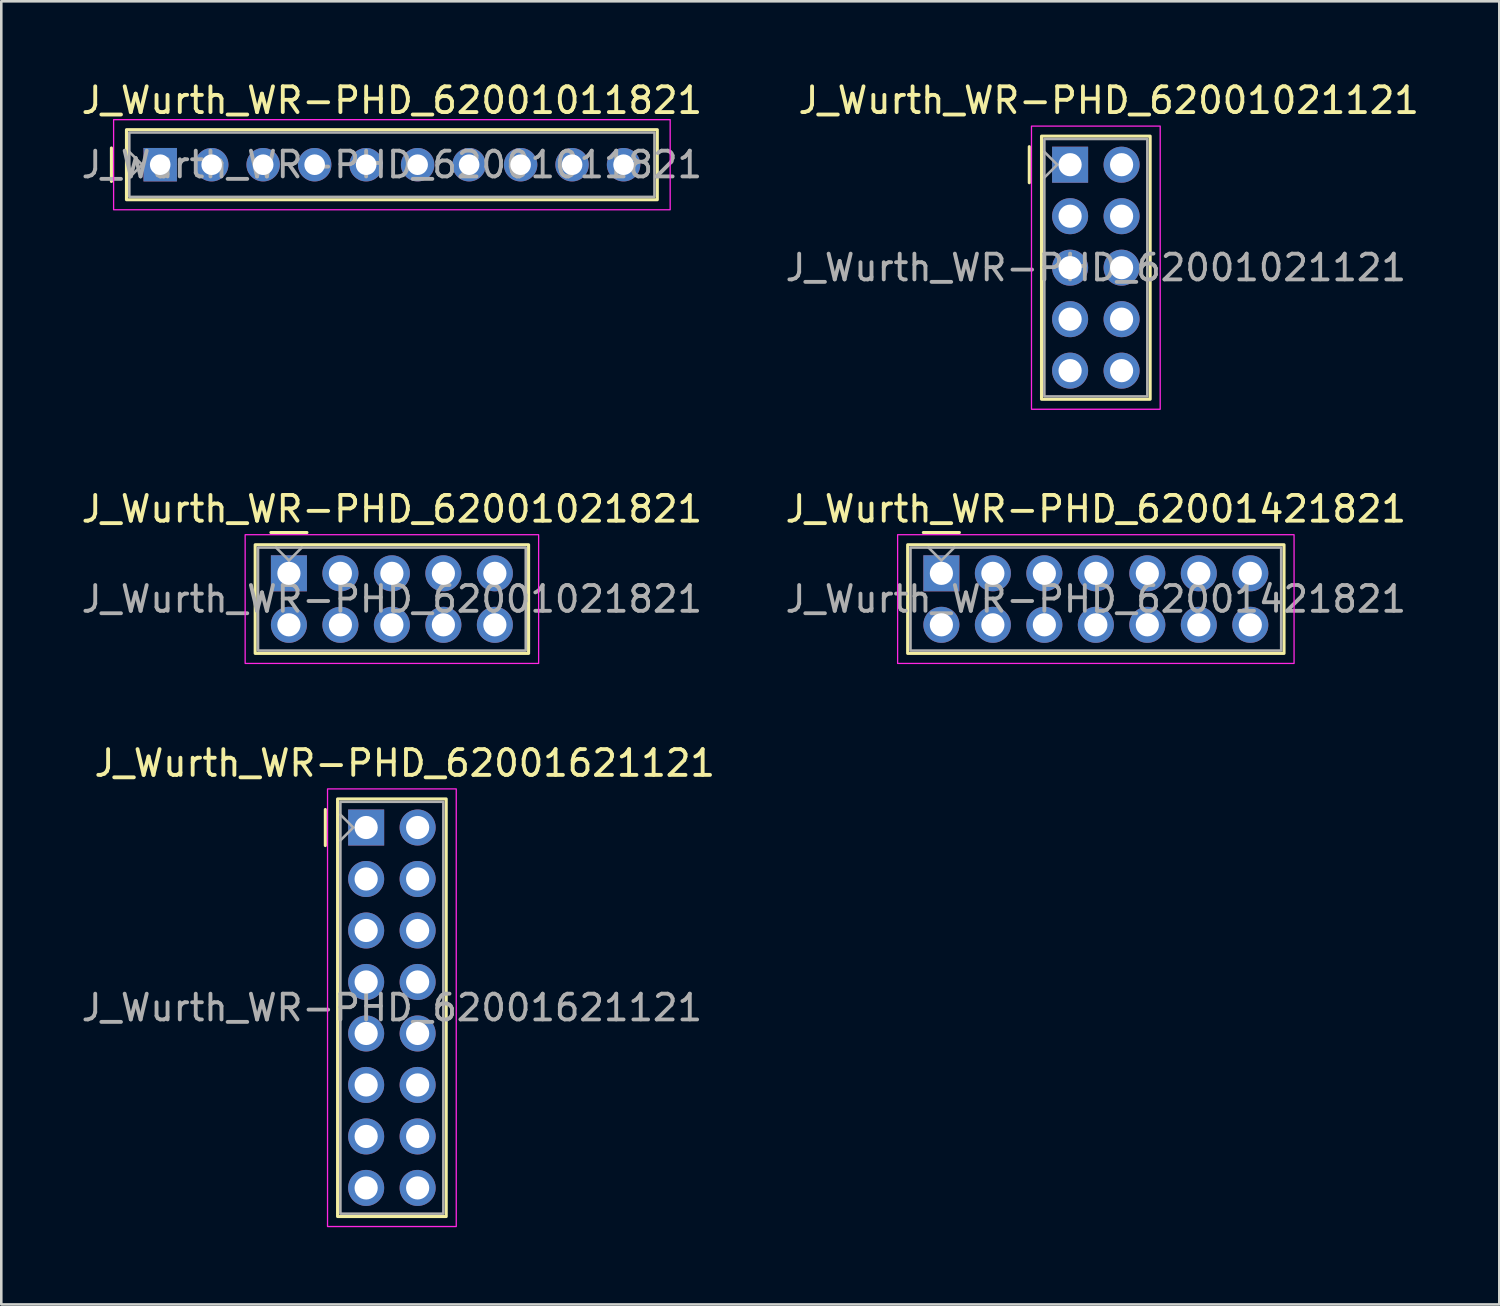
<source format=kicad_pcb>
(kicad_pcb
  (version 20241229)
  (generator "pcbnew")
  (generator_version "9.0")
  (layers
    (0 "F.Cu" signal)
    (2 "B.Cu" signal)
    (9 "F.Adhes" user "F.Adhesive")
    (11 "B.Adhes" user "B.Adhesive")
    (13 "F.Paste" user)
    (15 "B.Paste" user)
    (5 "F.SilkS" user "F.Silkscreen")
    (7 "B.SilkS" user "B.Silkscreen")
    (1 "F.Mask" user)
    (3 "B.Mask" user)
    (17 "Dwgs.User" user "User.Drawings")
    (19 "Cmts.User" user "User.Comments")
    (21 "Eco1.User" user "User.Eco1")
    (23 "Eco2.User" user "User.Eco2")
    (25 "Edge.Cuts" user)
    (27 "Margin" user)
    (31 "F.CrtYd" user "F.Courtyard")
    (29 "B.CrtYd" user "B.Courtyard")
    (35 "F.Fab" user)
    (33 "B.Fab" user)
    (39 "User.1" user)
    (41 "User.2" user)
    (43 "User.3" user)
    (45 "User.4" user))
  (footprint "J_Wurth_WR-PHD_62001421821"
    (layer "F.Cu")
    (at 33.518 19.221)
    (property "Reference" "J_Wurth_WR-PHD_62001421821" (at 6 -2.5 0) (unlocked yes) (layer "F.SilkS") (effects (font (size 1 1) (thickness 0.15))))
    (attr through_hole)
    (fp_line (start 0.7 -1.585) (end -0.7 -1.585) (stroke (width 0.12) (type solid)) (layer "F.SilkS"))
    (fp_rect (start -1.31 -1.11) (end 13.31 3.11) (stroke (width 0.12) (type solid)) (fill no) (layer "F.SilkS"))
    (fp_rect (start -1.7 -1.5) (end 13.7 3.5) (stroke (width 0.05) (type solid)) (fill no) (layer "F.CrtYd"))
    (fp_line (start 0 -0.5) (end -0.5 -1) (stroke (width 0.1) (type default)) (layer "F.Fab"))
    (fp_line (start 0.5 -1) (end 0 -0.5) (stroke (width 0.1) (type default)) (layer "F.Fab"))
    (fp_rect (start -1.2 -1) (end 13.2 3) (stroke (width 0.1) (type solid)) (fill no) (layer "F.Fab"))
    (fp_text user "${REFERENCE}" (at 6 1 0) (unlocked yes) (layer "F.Fab") (effects (font (size 1 1) (thickness 0.15))))
    (pad "1" thru_hole rect (at 0 0 180) (size 1.4 1.4) (drill 0.9) (layers "*.Cu" "*.Mask"))
    (pad "2" thru_hole circle (at 0 2 180) (size 1.4 1.4) (drill 0.9) (layers "*.Cu" "*.Mask"))
    (pad "3" thru_hole circle (at 2 0 180) (size 1.4 1.4) (drill 0.9) (layers "*.Cu" "*.Mask"))
    (pad "4" thru_hole circle (at 2 2 180) (size 1.4 1.4) (drill 0.9) (layers "*.Cu" "*.Mask"))
    (pad "5" thru_hole circle (at 4 0 180) (size 1.4 1.4) (drill 0.9) (layers "*.Cu" "*.Mask"))
    (pad "6" thru_hole circle (at 4 2 180) (size 1.4 1.4) (drill 0.9) (layers "*.Cu" "*.Mask"))
    (pad "7" thru_hole circle (at 6 0 180) (size 1.4 1.4) (drill 0.9) (layers "*.Cu" "*.Mask"))
    (pad "8" thru_hole circle (at 6 2 180) (size 1.4 1.4) (drill 0.9) (layers "*.Cu" "*.Mask"))
    (pad "9" thru_hole circle (at 8 0 180) (size 1.4 1.4) (drill 0.9) (layers "*.Cu" "*.Mask"))
    (pad "10" thru_hole circle (at 8 2 180) (size 1.4 1.4) (drill 0.9) (layers "*.Cu" "*.Mask"))
    (pad "11" thru_hole circle (at 10 0 180) (size 1.4 1.4) (drill 0.9) (layers "*.Cu" "*.Mask"))
    (pad "12" thru_hole circle (at 10 2 180) (size 1.4 1.4) (drill 0.9) (layers "*.Cu" "*.Mask"))
    (pad "13" thru_hole circle (at 12 0 180) (size 1.4 1.4) (drill 0.9) (layers "*.Cu" "*.Mask"))
    (pad "14" thru_hole circle (at 12 2 180) (size 1.4 1.4) (drill 0.9) (layers "*.Cu" "*.Mask")))
  (footprint "J_Wurth_WR-PHD_62001021821"
    (layer "F.Cu")
    (at 8.173 19.221)
    (property "Reference" "J_Wurth_WR-PHD_62001021821" (at 4 -2.5 0) (unlocked yes) (layer "F.SilkS") (effects (font (size 1 1) (thickness 0.15))))
    (attr through_hole)
    (fp_line (start 0.7 -1.585) (end -0.7 -1.585) (stroke (width 0.12) (type solid)) (layer "F.SilkS"))
    (fp_rect (start -1.31 -1.11) (end 9.31 3.11) (stroke (width 0.12) (type solid)) (fill no) (layer "F.SilkS"))
    (fp_rect (start -1.7 -1.5) (end 9.7 3.5) (stroke (width 0.05) (type solid)) (fill no) (layer "F.CrtYd"))
    (fp_line (start 0 -0.5) (end -0.5 -1) (stroke (width 0.1) (type default)) (layer "F.Fab"))
    (fp_line (start 0.5 -1) (end 0 -0.5) (stroke (width 0.1) (type default)) (layer "F.Fab"))
    (fp_rect (start -1.2 -1) (end 9.2 3) (stroke (width 0.1) (type solid)) (fill no) (layer "F.Fab"))
    (fp_text user "${REFERENCE}" (at 4 1 0) (unlocked yes) (layer "F.Fab") (effects (font (size 1 1) (thickness 0.15))))
    (pad "1" thru_hole rect (at 0 0 180) (size 1.4 1.4) (drill 0.9) (layers "*.Cu" "*.Mask"))
    (pad "2" thru_hole circle (at 0 2 180) (size 1.4 1.4) (drill 0.9) (layers "*.Cu" "*.Mask"))
    (pad "3" thru_hole circle (at 2 0 180) (size 1.4 1.4) (drill 0.9) (layers "*.Cu" "*.Mask"))
    (pad "4" thru_hole circle (at 2 2 180) (size 1.4 1.4) (drill 0.9) (layers "*.Cu" "*.Mask"))
    (pad "5" thru_hole circle (at 4 0 180) (size 1.4 1.4) (drill 0.9) (layers "*.Cu" "*.Mask"))
    (pad "6" thru_hole circle (at 4 2 180) (size 1.4 1.4) (drill 0.9) (layers "*.Cu" "*.Mask"))
    (pad "7" thru_hole circle (at 6 0 180) (size 1.4 1.4) (drill 0.9) (layers "*.Cu" "*.Mask"))
    (pad "8" thru_hole circle (at 6 2 180) (size 1.4 1.4) (drill 0.9) (layers "*.Cu" "*.Mask"))
    (pad "9" thru_hole circle (at 8 0 180) (size 1.4 1.4) (drill 0.9) (layers "*.Cu" "*.Mask"))
    (pad "10" thru_hole circle (at 8 2 180) (size 1.4 1.4) (drill 0.9) (layers "*.Cu" "*.Mask")))
  (footprint "J_Wurth_WR-PHD_62001021121"
    (layer "F.Cu")
    (at 38.518 3.348)
    (property "Reference" "J_Wurth_WR-PHD_62001021121" (at 1.5 -2.5 0) (unlocked yes) (layer "F.SilkS") (effects (font (size 1 1) (thickness 0.15))))
    (attr through_hole)
    (fp_line (start -1.585 -0.7) (end -1.585 0.7) (stroke (width 0.12) (type solid)) (layer "F.SilkS"))
    (fp_rect (start -1.11 -1.11) (end 3.11 9.11) (stroke (width 0.12) (type solid)) (fill no) (layer "F.SilkS"))
    (fp_rect (start -1.5 -1.5) (end 3.5 9.5) (stroke (width 0.05) (type solid)) (fill no) (layer "F.CrtYd"))
    (fp_line (start -1 -0.5) (end -0.5 0) (stroke (width 0.1) (type default)) (layer "F.Fab"))
    (fp_line (start -0.5 0) (end -1 0.5) (stroke (width 0.1) (type default)) (layer "F.Fab"))
    (fp_rect (start -1 -1) (end 3 9) (stroke (width 0.1) (type solid)) (fill no) (layer "F.Fab"))
    (fp_text user "${REFERENCE}" (at 1 4 0) (unlocked yes) (layer "F.Fab") (effects (font (size 1 1) (thickness 0.15))))
    (pad "1" thru_hole rect (at 0 0) (size 1.4 1.4) (drill 0.9) (layers "*.Cu" "*.Mask"))
    (pad "2" thru_hole circle (at 2 0) (size 1.4 1.4) (drill 0.9) (layers "*.Cu" "*.Mask"))
    (pad "3" thru_hole circle (at 0 2) (size 1.4 1.4) (drill 0.9) (layers "*.Cu" "*.Mask"))
    (pad "4" thru_hole circle (at 2 2) (size 1.4 1.4) (drill 0.9) (layers "*.Cu" "*.Mask"))
    (pad "5" thru_hole circle (at 0 4) (size 1.4 1.4) (drill 0.9) (layers "*.Cu" "*.Mask"))
    (pad "6" thru_hole circle (at 2 4) (size 1.4 1.4) (drill 0.9) (layers "*.Cu" "*.Mask"))
    (pad "7" thru_hole circle (at 0 6) (size 1.4 1.4) (drill 0.9) (layers "*.Cu" "*.Mask"))
    (pad "8" thru_hole circle (at 2 6) (size 1.4 1.4) (drill 0.9) (layers "*.Cu" "*.Mask"))
    (pad "9" thru_hole circle (at 0 8) (size 1.4 1.4) (drill 0.9) (layers "*.Cu" "*.Mask"))
    (pad "10" thru_hole circle (at 2 8) (size 1.4 1.4) (drill 0.9) (layers "*.Cu" "*.Mask")))
  (footprint "J_Wurth_WR-PHD_62001621121"
    (layer "F.Cu")
    (at 11.173 29.095)
    (property "Reference" "J_Wurth_WR-PHD_62001621121" (at 1.5 -2.5 0) (unlocked yes) (layer "F.SilkS") (effects (font (size 1 1) (thickness 0.15))))
    (attr through_hole)
    (fp_line (start -1.585 -0.7) (end -1.585 0.7) (stroke (width 0.12) (type solid)) (layer "F.SilkS"))
    (fp_rect (start -1.11 -1.11) (end 3.11 15.11) (stroke (width 0.12) (type solid)) (fill no) (layer "F.SilkS"))
    (fp_rect (start -1.5 -1.5) (end 3.5 15.5) (stroke (width 0.05) (type solid)) (fill no) (layer "F.CrtYd"))
    (fp_line (start -1 -0.5) (end -0.5 0) (stroke (width 0.1) (type default)) (layer "F.Fab"))
    (fp_line (start -0.5 0) (end -1 0.5) (stroke (width 0.1) (type default)) (layer "F.Fab"))
    (fp_rect (start -1 -1) (end 3 15) (stroke (width 0.1) (type solid)) (fill no) (layer "F.Fab"))
    (fp_text user "${REFERENCE}" (at 1 7 0) (unlocked yes) (layer "F.Fab") (effects (font (size 1 1) (thickness 0.15))))
    (pad "1" thru_hole rect (at 0 0) (size 1.4 1.4) (drill 0.9) (layers "*.Cu" "*.Mask"))
    (pad "2" thru_hole circle (at 2 0) (size 1.4 1.4) (drill 0.9) (layers "*.Cu" "*.Mask"))
    (pad "3" thru_hole circle (at 0 2) (size 1.4 1.4) (drill 0.9) (layers "*.Cu" "*.Mask"))
    (pad "4" thru_hole circle (at 2 2) (size 1.4 1.4) (drill 0.9) (layers "*.Cu" "*.Mask"))
    (pad "5" thru_hole circle (at 0 4) (size 1.4 1.4) (drill 0.9) (layers "*.Cu" "*.Mask"))
    (pad "6" thru_hole circle (at 2 4) (size 1.4 1.4) (drill 0.9) (layers "*.Cu" "*.Mask"))
    (pad "7" thru_hole circle (at 0 6) (size 1.4 1.4) (drill 0.9) (layers "*.Cu" "*.Mask"))
    (pad "8" thru_hole circle (at 2 6) (size 1.4 1.4) (drill 0.9) (layers "*.Cu" "*.Mask"))
    (pad "9" thru_hole circle (at 0 8) (size 1.4 1.4) (drill 0.9) (layers "*.Cu" "*.Mask"))
    (pad "10" thru_hole circle (at 2 8) (size 1.4 1.4) (drill 0.9) (layers "*.Cu" "*.Mask"))
    (pad "11" thru_hole circle (at 0 10) (size 1.4 1.4) (drill 0.9) (layers "*.Cu" "*.Mask"))
    (pad "12" thru_hole circle (at 2 10) (size 1.4 1.4) (drill 0.9) (layers "*.Cu" "*.Mask"))
    (pad "13" thru_hole circle (at 0 12) (size 1.4 1.4) (drill 0.9) (layers "*.Cu" "*.Mask"))
    (pad "14" thru_hole circle (at 2 12) (size 1.4 1.4) (drill 0.9) (layers "*.Cu" "*.Mask"))
    (pad "15" thru_hole circle (at 0 14) (size 1.4 1.4) (drill 0.9) (layers "*.Cu" "*.Mask"))
    (pad "16" thru_hole circle (at 2 14) (size 1.4 1.4) (drill 0.9) (layers "*.Cu" "*.Mask")))
  (footprint "J_Wurth_WR-PHD_62001011821"
    (layer "F.Cu")
    (at 3.173 3.348)
    (property "Reference" "J_Wurth_WR-PHD_62001011821" (at 9 -2.5 0) (unlocked yes) (layer "F.SilkS") (effects (font (size 1 1) (thickness 0.15))))
    (attr through_hole)
    (fp_line (start -1.895 -0.65) (end -1.895 0.65) (stroke (width 0.12) (type solid)) (layer "F.SilkS"))
    (fp_rect (start -1.31 -1.36) (end 19.31 1.36) (stroke (width 0.12) (type solid)) (fill no) (layer "F.SilkS"))
    (fp_rect (start -1.81 -1.75) (end 19.81 1.75) (stroke (width 0.05) (type solid)) (fill no) (layer "F.CrtYd"))
    (fp_line (start -1.2 -0.5) (end -0.7 0) (stroke (width 0.1) (type default)) (layer "F.Fab"))
    (fp_line (start -0.7 0) (end -1.2 0.5) (stroke (width 0.1) (type default)) (layer "F.Fab"))
    (fp_rect (start -1.2 -1.25) (end 19.2 1.25) (stroke (width 0.1) (type solid)) (fill no) (layer "F.Fab"))
    (fp_text user "${REFERENCE}" (at 9 0 0) (unlocked yes) (layer "F.Fab") (effects (font (size 1 1) (thickness 0.15))))
    (pad "1" thru_hole rect (at 0 0) (size 1.3 1.3) (drill 0.8) (layers "*.Cu" "*.Mask"))
    (pad "2" thru_hole circle (at 2 0) (size 1.3 1.3) (drill 0.8) (layers "*.Cu" "*.Mask"))
    (pad "3" thru_hole circle (at 4 0) (size 1.3 1.3) (drill 0.8) (layers "*.Cu" "*.Mask"))
    (pad "4" thru_hole circle (at 6 0) (size 1.3 1.3) (drill 0.8) (layers "*.Cu" "*.Mask"))
    (pad "5" thru_hole circle (at 8 0) (size 1.3 1.3) (drill 0.8) (layers "*.Cu" "*.Mask"))
    (pad "6" thru_hole circle (at 10 0) (size 1.3 1.3) (drill 0.8) (layers "*.Cu" "*.Mask"))
    (pad "7" thru_hole circle (at 12 0) (size 1.3 1.3) (drill 0.8) (layers "*.Cu" "*.Mask"))
    (pad "8" thru_hole circle (at 14 0) (size 1.3 1.3) (drill 0.8) (layers "*.Cu" "*.Mask"))
    (pad "9" thru_hole circle (at 16 0) (size 1.3 1.3) (drill 0.8) (layers "*.Cu" "*.Mask"))
    (pad "10" thru_hole circle (at 18 0) (size 1.3 1.3) (drill 0.8) (layers "*.Cu" "*.Mask")))
  (gr_rect
    (start -3 -3)
    (end 55.19 47.62)
    (stroke (width 0.1) (type default))
    (fill no)
    (layer "Edge.Cuts")))
</source>
